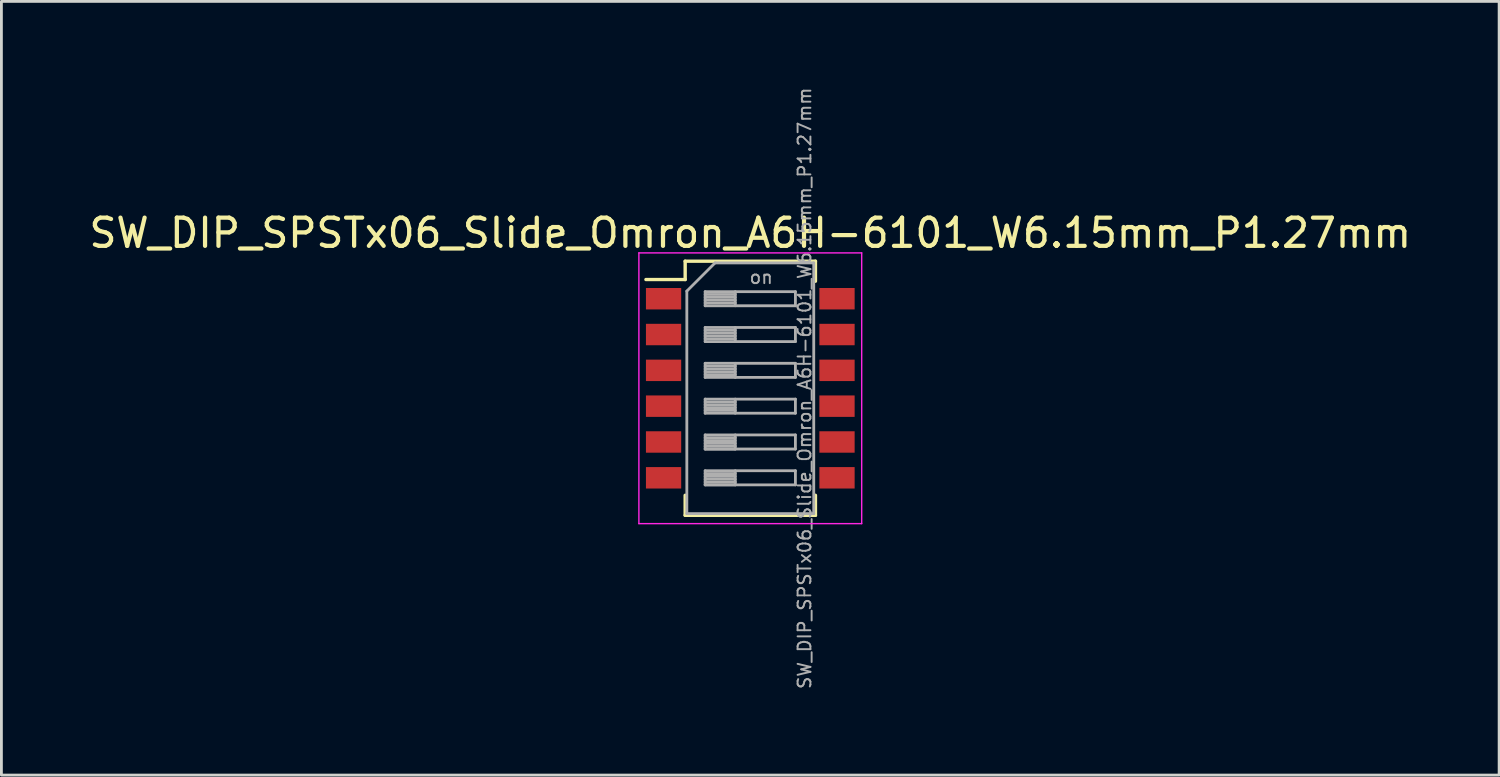
<source format=kicad_pcb>
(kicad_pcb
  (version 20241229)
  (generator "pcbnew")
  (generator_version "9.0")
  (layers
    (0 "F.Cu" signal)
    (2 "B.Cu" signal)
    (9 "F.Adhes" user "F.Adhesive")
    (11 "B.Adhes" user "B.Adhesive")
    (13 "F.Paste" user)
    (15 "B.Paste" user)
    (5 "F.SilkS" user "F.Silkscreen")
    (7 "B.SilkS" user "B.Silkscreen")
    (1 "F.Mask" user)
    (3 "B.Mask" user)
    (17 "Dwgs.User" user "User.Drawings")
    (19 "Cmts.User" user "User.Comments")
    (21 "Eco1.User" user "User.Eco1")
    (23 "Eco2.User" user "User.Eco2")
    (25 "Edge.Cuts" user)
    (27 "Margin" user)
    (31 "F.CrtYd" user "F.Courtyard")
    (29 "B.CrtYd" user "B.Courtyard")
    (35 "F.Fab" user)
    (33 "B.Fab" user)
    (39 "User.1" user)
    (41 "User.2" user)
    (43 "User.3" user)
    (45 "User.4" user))
  (footprint "SW_DIP_SPSTx06_Slide_Omron_A6H-6101_W6.15mm_P1.27mm"
    (layer "F.Cu")
    (at 23.554 10.717)
    (property "Reference" "SW_DIP_SPSTx06_Slide_Omron_A6H-6101_W6.15mm_P1.27mm" (at 0 -5.505 0) (layer "F.SilkS") (effects (font (size 1 1) (thickness 0.15))))
    (attr smd)
    (fp_line (start -3.7 -3.855) (end -2.309 -3.855) (stroke (width 0.12) (type solid)) (layer "F.SilkS"))
    (fp_line (start -2.309 -4.505) (end -2.309 -3.855) (stroke (width 0.12) (type solid)) (layer "F.SilkS"))
    (fp_line (start -2.309 -4.505) (end 2.31 -4.505) (stroke (width 0.12) (type solid)) (layer "F.SilkS"))
    (fp_line (start -2.309 3.795) (end -2.309 4.505) (stroke (width 0.12) (type solid)) (layer "F.SilkS"))
    (fp_line (start -2.309 4.505) (end 2.31 4.505) (stroke (width 0.12) (type solid)) (layer "F.SilkS"))
    (fp_line (start 2.31 -4.505) (end 2.31 -3.795) (stroke (width 0.12) (type solid)) (layer "F.SilkS"))
    (fp_line (start 2.31 3.795) (end 2.31 4.505) (stroke (width 0.12) (type solid)) (layer "F.SilkS"))
    (fp_line (start -3.95 -4.8) (end -3.95 4.8) (stroke (width 0.05) (type solid)) (layer "F.CrtYd"))
    (fp_line (start -3.95 4.8) (end 3.95 4.8) (stroke (width 0.05) (type solid)) (layer "F.CrtYd"))
    (fp_line (start 3.95 -4.8) (end -3.95 -4.8) (stroke (width 0.05) (type solid)) (layer "F.CrtYd"))
    (fp_line (start 3.95 4.8) (end 3.95 -4.8) (stroke (width 0.05) (type solid)) (layer "F.CrtYd"))
    (fp_line (start -2.25 -3.445) (end -1.25 -4.445) (stroke (width 0.1) (type solid)) (layer "F.Fab"))
    (fp_line (start -2.25 4.445) (end -2.25 -3.445) (stroke (width 0.1) (type solid)) (layer "F.Fab"))
    (fp_line (start -1.6 -3.425) (end -1.6 -2.925) (stroke (width 0.1) (type solid)) (layer "F.Fab"))
    (fp_line (start -1.6 -3.325) (end -0.533 -3.325) (stroke (width 0.1) (type solid)) (layer "F.Fab"))
    (fp_line (start -1.6 -3.225) (end -0.533 -3.225) (stroke (width 0.1) (type solid)) (layer "F.Fab"))
    (fp_line (start -1.6 -3.125) (end -0.533 -3.125) (stroke (width 0.1) (type solid)) (layer "F.Fab"))
    (fp_line (start -1.6 -3.025) (end -0.533 -3.025) (stroke (width 0.1) (type solid)) (layer "F.Fab"))
    (fp_line (start -1.6 -2.925) (end 1.6 -2.925) (stroke (width 0.1) (type solid)) (layer "F.Fab"))
    (fp_line (start -1.6 -2.155) (end -1.6 -1.655) (stroke (width 0.1) (type solid)) (layer "F.Fab"))
    (fp_line (start -1.6 -2.055) (end -0.533 -2.055) (stroke (width 0.1) (type solid)) (layer "F.Fab"))
    (fp_line (start -1.6 -1.955) (end -0.533 -1.955) (stroke (width 0.1) (type solid)) (layer "F.Fab"))
    (fp_line (start -1.6 -1.855) (end -0.533 -1.855) (stroke (width 0.1) (type solid)) (layer "F.Fab"))
    (fp_line (start -1.6 -1.755) (end -0.533 -1.755) (stroke (width 0.1) (type solid)) (layer "F.Fab"))
    (fp_line (start -1.6 -1.655) (end 1.6 -1.655) (stroke (width 0.1) (type solid)) (layer "F.Fab"))
    (fp_line (start -1.6 -0.885) (end -1.6 -0.385) (stroke (width 0.1) (type solid)) (layer "F.Fab"))
    (fp_line (start -1.6 -0.785) (end -0.533 -0.785) (stroke (width 0.1) (type solid)) (layer "F.Fab"))
    (fp_line (start -1.6 -0.685) (end -0.533 -0.685) (stroke (width 0.1) (type solid)) (layer "F.Fab"))
    (fp_line (start -1.6 -0.585) (end -0.533 -0.585) (stroke (width 0.1) (type solid)) (layer "F.Fab"))
    (fp_line (start -1.6 -0.485) (end -0.533 -0.485) (stroke (width 0.1) (type solid)) (layer "F.Fab"))
    (fp_line (start -1.6 -0.385) (end 1.6 -0.385) (stroke (width 0.1) (type solid)) (layer "F.Fab"))
    (fp_line (start -1.6 0.385) (end -1.6 0.885) (stroke (width 0.1) (type solid)) (layer "F.Fab"))
    (fp_line (start -1.6 0.485) (end -0.533 0.485) (stroke (width 0.1) (type solid)) (layer "F.Fab"))
    (fp_line (start -1.6 0.585) (end -0.533 0.585) (stroke (width 0.1) (type solid)) (layer "F.Fab"))
    (fp_line (start -1.6 0.685) (end -0.533 0.685) (stroke (width 0.1) (type solid)) (layer "F.Fab"))
    (fp_line (start -1.6 0.785) (end -0.533 0.785) (stroke (width 0.1) (type solid)) (layer "F.Fab"))
    (fp_line (start -1.6 0.885) (end 1.6 0.885) (stroke (width 0.1) (type solid)) (layer "F.Fab"))
    (fp_line (start -1.6 1.655) (end -1.6 2.155) (stroke (width 0.1) (type solid)) (layer "F.Fab"))
    (fp_line (start -1.6 1.755) (end -0.533 1.755) (stroke (width 0.1) (type solid)) (layer "F.Fab"))
    (fp_line (start -1.6 1.855) (end -0.533 1.855) (stroke (width 0.1) (type solid)) (layer "F.Fab"))
    (fp_line (start -1.6 1.955) (end -0.533 1.955) (stroke (width 0.1) (type solid)) (layer "F.Fab"))
    (fp_line (start -1.6 2.055) (end -0.533 2.055) (stroke (width 0.1) (type solid)) (layer "F.Fab"))
    (fp_line (start -1.6 2.155) (end -0.533 2.155) (stroke (width 0.1) (type solid)) (layer "F.Fab"))
    (fp_line (start -1.6 2.155) (end 1.6 2.155) (stroke (width 0.1) (type solid)) (layer "F.Fab"))
    (fp_line (start -1.6 2.925) (end -1.6 3.425) (stroke (width 0.1) (type solid)) (layer "F.Fab"))
    (fp_line (start -1.6 3.025) (end -0.533 3.025) (stroke (width 0.1) (type solid)) (layer "F.Fab"))
    (fp_line (start -1.6 3.125) (end -0.533 3.125) (stroke (width 0.1) (type solid)) (layer "F.Fab"))
    (fp_line (start -1.6 3.225) (end -0.533 3.225) (stroke (width 0.1) (type solid)) (layer "F.Fab"))
    (fp_line (start -1.6 3.325) (end -0.533 3.325) (stroke (width 0.1) (type solid)) (layer "F.Fab"))
    (fp_line (start -1.6 3.425) (end -0.533 3.425) (stroke (width 0.1) (type solid)) (layer "F.Fab"))
    (fp_line (start -1.6 3.425) (end 1.6 3.425) (stroke (width 0.1) (type solid)) (layer "F.Fab"))
    (fp_line (start -1.25 -4.445) (end 2.25 -4.445) (stroke (width 0.1) (type solid)) (layer "F.Fab"))
    (fp_line (start -0.533 -3.425) (end -0.533 -2.925) (stroke (width 0.1) (type solid)) (layer "F.Fab"))
    (fp_line (start -0.533 -2.155) (end -0.533 -1.655) (stroke (width 0.1) (type solid)) (layer "F.Fab"))
    (fp_line (start -0.533 -0.885) (end -0.533 -0.385) (stroke (width 0.1) (type solid)) (layer "F.Fab"))
    (fp_line (start -0.533 0.385) (end -0.533 0.885) (stroke (width 0.1) (type solid)) (layer "F.Fab"))
    (fp_line (start -0.533 1.655) (end -0.533 2.155) (stroke (width 0.1) (type solid)) (layer "F.Fab"))
    (fp_line (start -0.533 2.925) (end -0.533 3.425) (stroke (width 0.1) (type solid)) (layer "F.Fab"))
    (fp_line (start 1.6 -3.425) (end -1.6 -3.425) (stroke (width 0.1) (type solid)) (layer "F.Fab"))
    (fp_line (start 1.6 -2.925) (end 1.6 -3.425) (stroke (width 0.1) (type solid)) (layer "F.Fab"))
    (fp_line (start 1.6 -2.155) (end -1.6 -2.155) (stroke (width 0.1) (type solid)) (layer "F.Fab"))
    (fp_line (start 1.6 -1.655) (end 1.6 -2.155) (stroke (width 0.1) (type solid)) (layer "F.Fab"))
    (fp_line (start 1.6 -0.885) (end -1.6 -0.885) (stroke (width 0.1) (type solid)) (layer "F.Fab"))
    (fp_line (start 1.6 -0.385) (end 1.6 -0.885) (stroke (width 0.1) (type solid)) (layer "F.Fab"))
    (fp_line (start 1.6 0.385) (end -1.6 0.385) (stroke (width 0.1) (type solid)) (layer "F.Fab"))
    (fp_line (start 1.6 0.885) (end 1.6 0.385) (stroke (width 0.1) (type solid)) (layer "F.Fab"))
    (fp_line (start 1.6 1.655) (end -1.6 1.655) (stroke (width 0.1) (type solid)) (layer "F.Fab"))
    (fp_line (start 1.6 2.155) (end 1.6 1.655) (stroke (width 0.1) (type solid)) (layer "F.Fab"))
    (fp_line (start 1.6 2.925) (end -1.6 2.925) (stroke (width 0.1) (type solid)) (layer "F.Fab"))
    (fp_line (start 1.6 3.425) (end 1.6 2.925) (stroke (width 0.1) (type solid)) (layer "F.Fab"))
    (fp_line (start 2.25 -4.445) (end 2.25 4.445) (stroke (width 0.1) (type solid)) (layer "F.Fab"))
    (fp_line (start 2.25 4.445) (end -2.25 4.445) (stroke (width 0.1) (type solid)) (layer "F.Fab"))
    (fp_text user "${REFERENCE}" (at 1.925 0 90) (layer "F.Fab") (effects (font (size 0.455 0.455) (thickness 0.068))))
    (fp_text user "on" (at 0.388 -3.935 0) (layer "F.Fab") (effects (font (size 0.455 0.455) (thickness 0.068))))
    (pad "1" smd rect (at -3.075 -3.175) (size 1.25 0.76) (layers "F.Cu" "F.Mask" "F.Paste"))
    (pad "2" smd rect (at -3.075 -1.905) (size 1.25 0.76) (layers "F.Cu" "F.Mask" "F.Paste"))
    (pad "3" smd rect (at -3.075 -0.635) (size 1.25 0.76) (layers "F.Cu" "F.Mask" "F.Paste"))
    (pad "4" smd rect (at -3.075 0.635) (size 1.25 0.76) (layers "F.Cu" "F.Mask" "F.Paste"))
    (pad "5" smd rect (at -3.075 1.905) (size 1.25 0.76) (layers "F.Cu" "F.Mask" "F.Paste"))
    (pad "6" smd rect (at -3.075 3.175) (size 1.25 0.76) (layers "F.Cu" "F.Mask" "F.Paste"))
    (pad "7" smd rect (at 3.075 3.175) (size 1.25 0.76) (layers "F.Cu" "F.Mask" "F.Paste"))
    (pad "8" smd rect (at 3.075 1.905) (size 1.25 0.76) (layers "F.Cu" "F.Mask" "F.Paste"))
    (pad "9" smd rect (at 3.075 0.635) (size 1.25 0.76) (layers "F.Cu" "F.Mask" "F.Paste"))
    (pad "10" smd rect (at 3.075 -0.635) (size 1.25 0.76) (layers "F.Cu" "F.Mask" "F.Paste"))
    (pad "11" smd rect (at 3.075 -1.905) (size 1.25 0.76) (layers "F.Cu" "F.Mask" "F.Paste"))
    (pad "12" smd rect (at 3.075 -3.175) (size 1.25 0.76) (layers "F.Cu" "F.Mask" "F.Paste")))
  (gr_rect
    (start -3 -3)
    (end 50.107 24.434)
    (stroke (width 0.1) (type default))
    (fill no)
    (layer "Edge.Cuts")))
</source>
